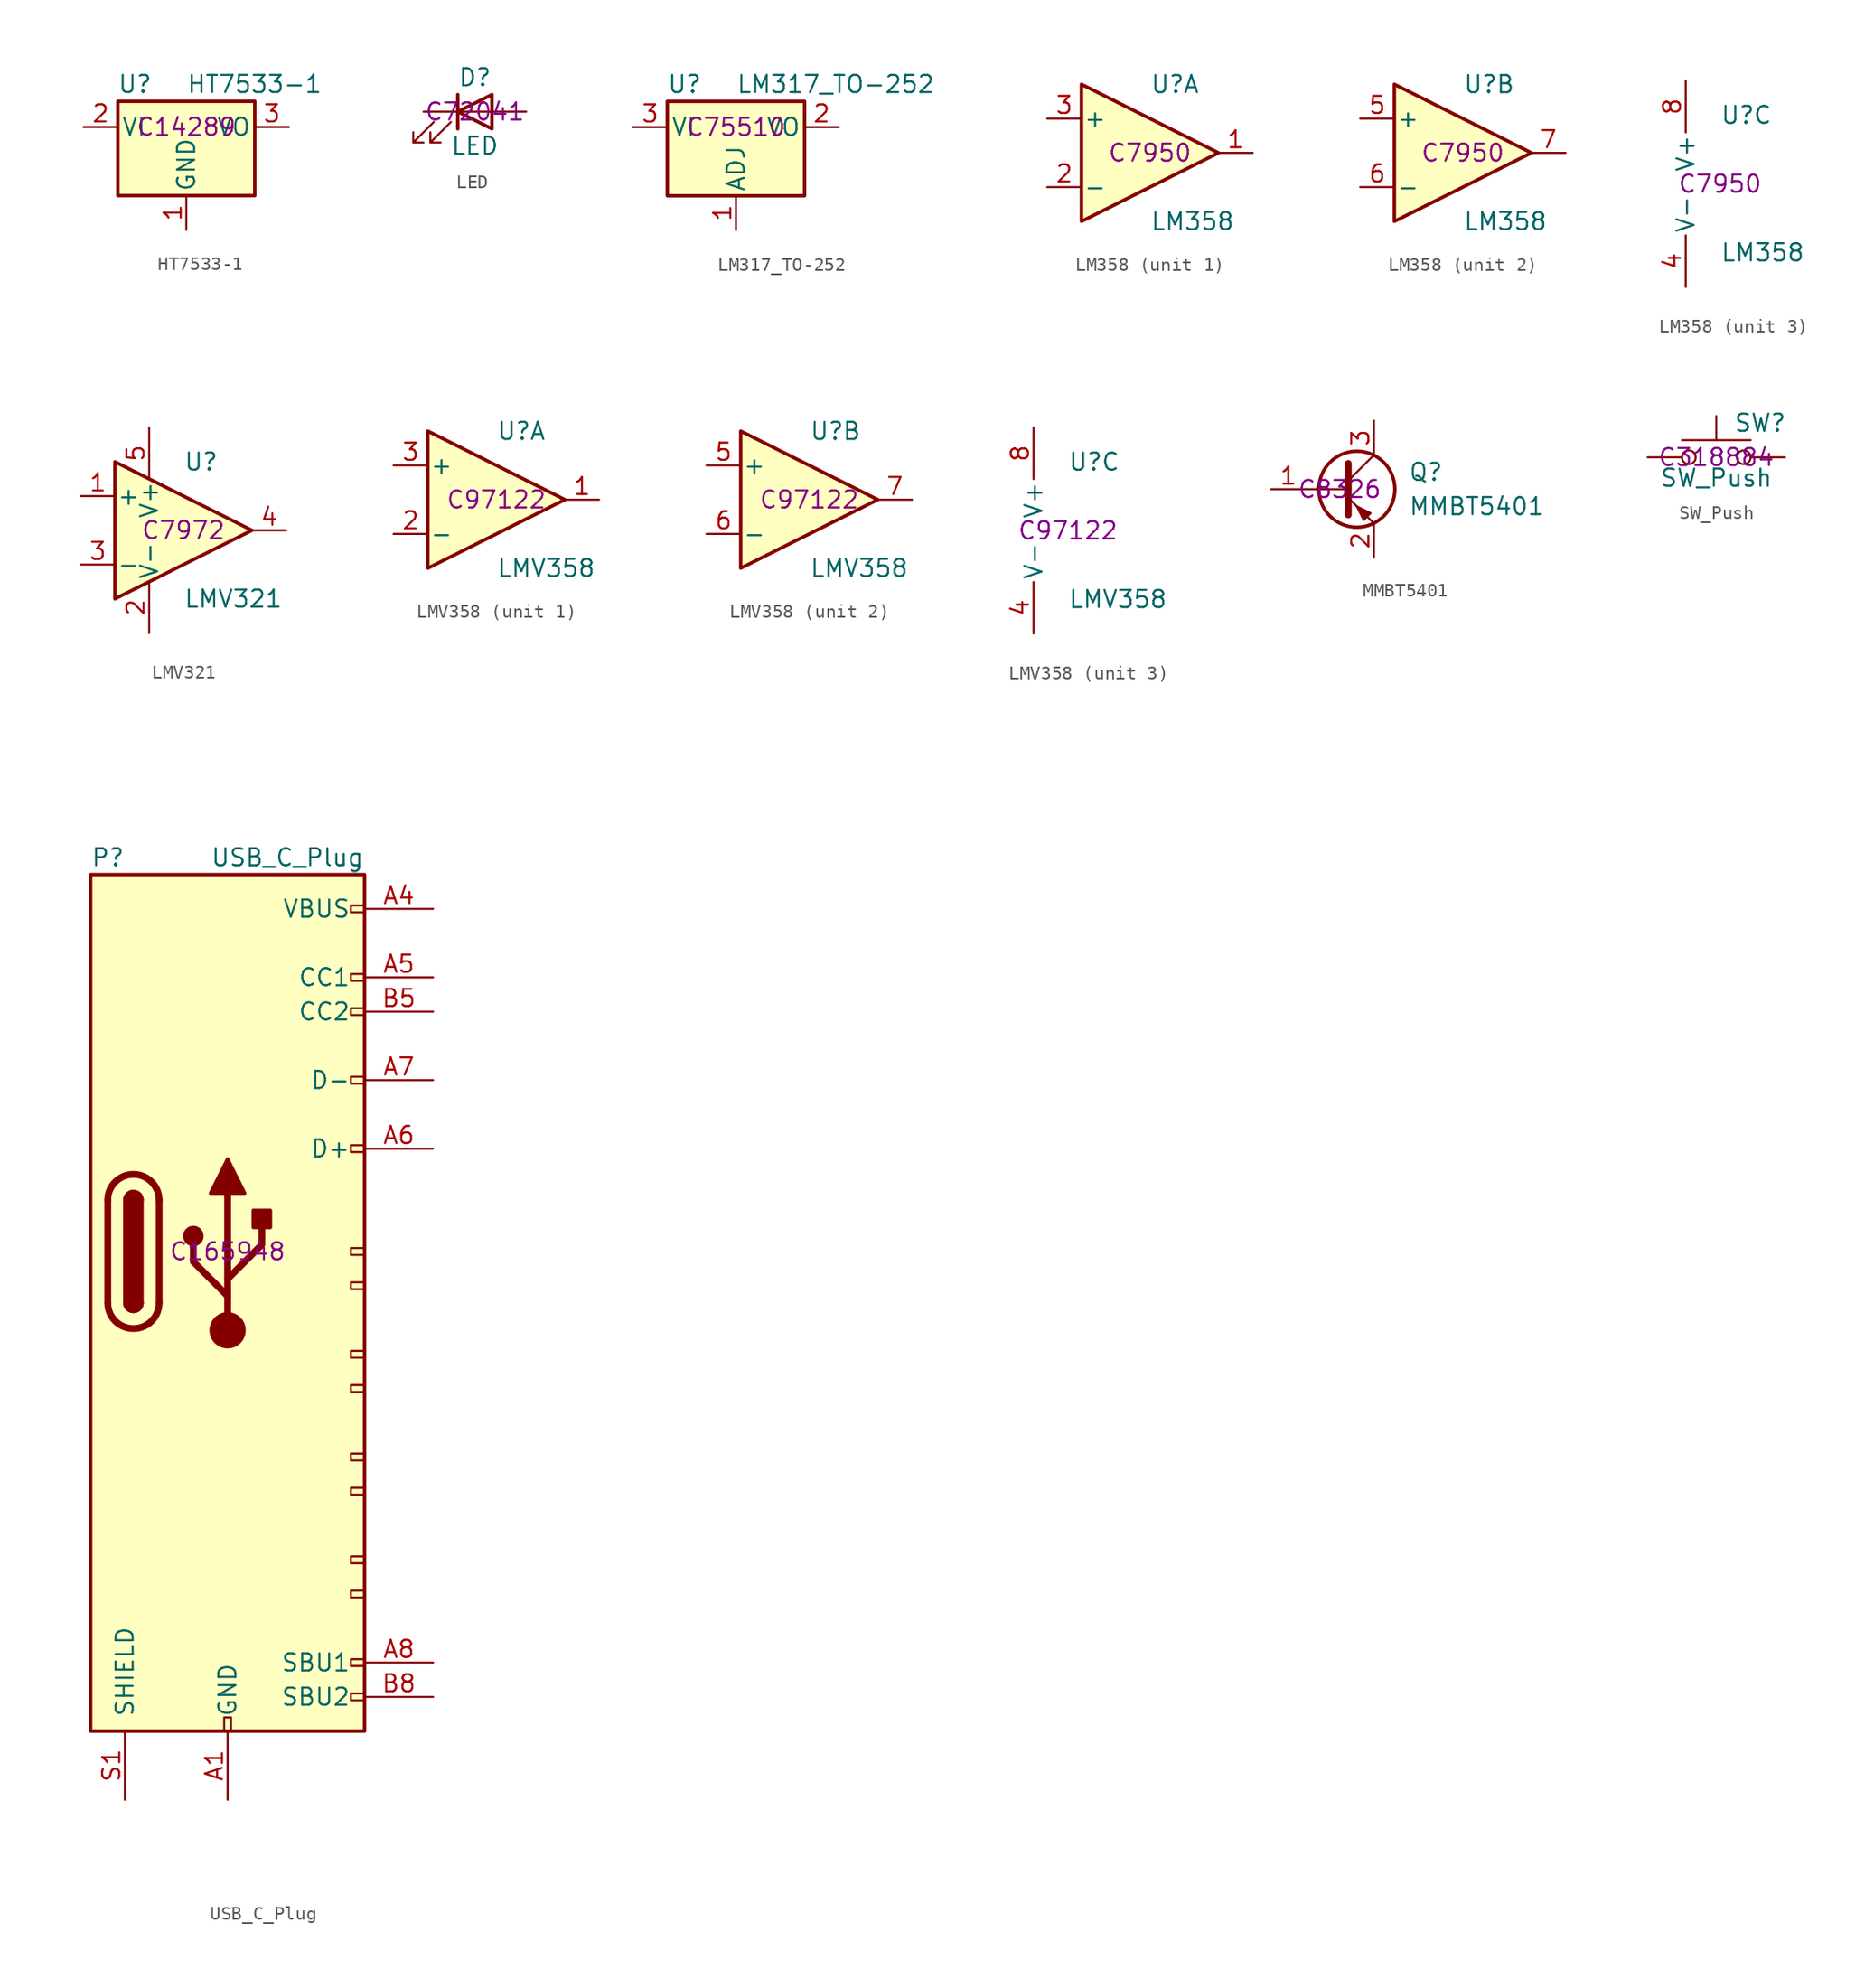
<source format=kicad_sym>
(kicad_symbol_lib
  (version 20220914)
  (generator kicad_symbol_editor)
  (symbol "HT7533-1"
    (pin_names
      (offset 0.254))
    (property "Reference" "U"
      (at -3.81 3.175 0)
      (effects (font (size 1.27 1.27))))
    (property "Value" "HT7533-1"
      (at 0 3.175 0)
      (effects (font (size 1.27 1.27)) (justify left)))
    (property "JLCPCB" "C14289"
      (at 0 0 0)
      (effects (font (size 1.27 1.27))))
    (symbol "HT7533-1_0_1"
      (rectangle (start -5.08 -5.08) (end 5.08 1.905) (stroke (width 0.254) (type default)) (fill (type background))))
    (symbol "HT7533-1_1_1"
      (pin power_in line (at 0 -7.62 90) (length 2.54) (name "GND" (effects (font (size 1.27 1.27)))) (number "1" (effects (font (size 1.27 1.27)))))
      (pin power_in line (at -7.62 0 0) (length 2.54) (name "VI" (effects (font (size 1.27 1.27)))) (number "2" (effects (font (size 1.27 1.27)))))
      (pin power_out line (at 7.62 0 180) (length 2.54) (name "VO" (effects (font (size 1.27 1.27)))) (number "3" (effects (font (size 1.27 1.27)))))))
  (symbol "LED"
    (pin_numbers hide)
    (pin_names
      (offset 1.016) hide)
    (property "Reference" "D"
      (at 0 2.54 0)
      (effects (font (size 1.27 1.27))))
    (property "Value" "LED"
      (at 0 -2.54 0)
      (effects (font (size 1.27 1.27))))
    (property "JLCPCB" "C72041"
      (at 0 0 0)
      (effects (font (size 1.27 1.27))))
    (symbol "LED_0_1"
      (polyline (pts (xy -1.27 -1.27) (xy -1.27 1.27)) (stroke (width 0.254) (type default)) (fill (type none)))
      (polyline (pts (xy -1.27 0) (xy 1.27 0)) (stroke (width 0) (type default)) (fill (type none)))
      (polyline (pts (xy 1.27 -1.27) (xy 1.27 1.27) (xy -1.27 0) (xy 1.27 -1.27)) (stroke (width 0.254) (type default)) (fill (type none)))
      (polyline (pts (xy -3.048 -0.762) (xy -4.572 -2.286) (xy -3.81 -2.286) (xy -4.572 -2.286) (xy -4.572 -1.524)) (stroke (width 0) (type default)) (fill (type none)))
      (polyline (pts (xy -1.778 -0.762) (xy -3.302 -2.286) (xy -2.54 -2.286) (xy -3.302 -2.286) (xy -3.302 -1.524)) (stroke (width 0) (type default)) (fill (type none))))
    (symbol "LED_1_1"
      (pin passive line (at 3.81 0 180) (length 2.54) (name "A" (effects (font (size 1.27 1.27)))) (number "A" (effects (font (size 1.27 1.27)))))
      (pin passive line (at -3.81 0 0) (length 2.54) (name "K" (effects (font (size 1.27 1.27)))) (number "K" (effects (font (size 1.27 1.27)))))))
  (symbol "LM317_TO-252"
    (pin_names
      (offset 0.254))
    (property "Reference" "U"
      (at -3.81 3.175 0)
      (effects (font (size 1.27 1.27))))
    (property "Value" "LM317_TO-252"
      (at 0 3.175 0)
      (effects (font (size 1.27 1.27)) (justify left)))
    (property "JLCPCB" "C75510"
      (at 0 0 0)
      (effects (font (size 1.27 1.27))))
    (symbol "LM317_TO-252_0_1"
      (rectangle (start -5.08 1.905) (end 5.08 -5.08) (stroke (width 0.254) (type default)) (fill (type background))))
    (symbol "LM317_TO-252_1_1"
      (pin input line (at 0 -7.62 90) (length 2.54) (name "ADJ" (effects (font (size 1.27 1.27)))) (number "1" (effects (font (size 1.27 1.27)))))
      (pin power_out line (at 7.62 0 180) (length 2.54) (name "VO" (effects (font (size 1.27 1.27)))) (number "2" (effects (font (size 1.27 1.27)))))
      (pin power_in line (at -7.62 0 0) (length 2.54) (name "VI" (effects (font (size 1.27 1.27)))) (number "3" (effects (font (size 1.27 1.27)))))))
  (symbol "LM358"
    (pin_names
      (offset 0.127))
    (property "Reference" "U"
      (at 0 5.08 0)
      (effects (font (size 1.27 1.27)) (justify left)))
    (property "Value" "LM358"
      (at 0 -5.08 0)
      (effects (font (size 1.27 1.27)) (justify left)))
    (property "JLCPCB" "C7950"
      (at 0 0 0)
      (effects (font (size 1.27 1.27))))
    (property "ki_locked" ""
      (at 0 0 0)
      (effects (font (size 1.27 1.27))))
    (symbol "LM358_1_1"
      (polyline (pts (xy -5.08 5.08) (xy 5.08 0) (xy -5.08 -5.08) (xy -5.08 5.08)) (stroke (width 0.254) (type default)) (fill (type background)))
      (pin output line (at 7.62 0 180) (length 2.54) (name "~" (effects (font (size 1.27 1.27)))) (number "1" (effects (font (size 1.27 1.27)))))
      (pin input line (at -7.62 -2.54 0) (length 2.54) (name "-" (effects (font (size 1.27 1.27)))) (number "2" (effects (font (size 1.27 1.27)))))
      (pin input line (at -7.62 2.54 0) (length 2.54) (name "+" (effects (font (size 1.27 1.27)))) (number "3" (effects (font (size 1.27 1.27))))))
    (symbol "LM358_2_1"
      (polyline (pts (xy -5.08 5.08) (xy 5.08 0) (xy -5.08 -5.08) (xy -5.08 5.08)) (stroke (width 0.254) (type default)) (fill (type background)))
      (pin input line (at -7.62 2.54 0) (length 2.54) (name "+" (effects (font (size 1.27 1.27)))) (number "5" (effects (font (size 1.27 1.27)))))
      (pin input line (at -7.62 -2.54 0) (length 2.54) (name "-" (effects (font (size 1.27 1.27)))) (number "6" (effects (font (size 1.27 1.27)))))
      (pin output line (at 7.62 0 180) (length 2.54) (name "~" (effects (font (size 1.27 1.27)))) (number "7" (effects (font (size 1.27 1.27))))))
    (symbol "LM358_3_1"
      (pin power_in line (at -2.54 -7.62 90) (length 3.81) (name "V-" (effects (font (size 1.27 1.27)))) (number "4" (effects (font (size 1.27 1.27)))))
      (pin power_in line (at -2.54 7.62 270) (length 3.81) (name "V+" (effects (font (size 1.27 1.27)))) (number "8" (effects (font (size 1.27 1.27)))))))
  (symbol "LMV321"
    (pin_names
      (offset 0.127))
    (property "Reference" "U"
      (at 0 5.08 0)
      (effects (font (size 1.27 1.27)) (justify left)))
    (property "Value" "LMV321"
      (at 0 -5.08 0)
      (effects (font (size 1.27 1.27)) (justify left)))
    (property "JLCPCB" "C7972"
      (at 0 0 0)
      (effects (font (size 1.27 1.27))))
    (symbol "LMV321_0_1"
      (polyline (pts (xy -5.08 5.08) (xy 5.08 0) (xy -5.08 -5.08) (xy -5.08 5.08)) (stroke (width 0.254) (type default)) (fill (type background)))
      (pin power_in line (at -2.54 -7.62 90) (length 3.81) (name "V-" (effects (font (size 1.27 1.27)))) (number "2" (effects (font (size 1.27 1.27)))))
      (pin power_in line (at -2.54 7.62 270) (length 3.81) (name "V+" (effects (font (size 1.27 1.27)))) (number "5" (effects (font (size 1.27 1.27))))))
    (symbol "LMV321_1_1"
      (pin input line (at -7.62 2.54 0) (length 2.54) (name "+" (effects (font (size 1.27 1.27)))) (number "1" (effects (font (size 1.27 1.27)))))
      (pin input line (at -7.62 -2.54 0) (length 2.54) (name "-" (effects (font (size 1.27 1.27)))) (number "3" (effects (font (size 1.27 1.27)))))
      (pin output line (at 7.62 0 180) (length 2.54) (name "~" (effects (font (size 1.27 1.27)))) (number "4" (effects (font (size 1.27 1.27)))))))
  (symbol "LMV358"
    (pin_names
      (offset 0.127))
    (property "Reference" "U"
      (at 0 5.08 0)
      (effects (font (size 1.27 1.27)) (justify left)))
    (property "Value" "LMV358"
      (at 0 -5.08 0)
      (effects (font (size 1.27 1.27)) (justify left)))
    (property "JLCPCB" "C97122"
      (at 0 0 0)
      (effects (font (size 1.27 1.27))))
    (property "ki_locked" ""
      (at 0 0 0)
      (effects (font (size 1.27 1.27))))
    (symbol "LMV358_1_1"
      (polyline (pts (xy -5.08 5.08) (xy 5.08 0) (xy -5.08 -5.08) (xy -5.08 5.08)) (stroke (width 0.254) (type default)) (fill (type background)))
      (pin output line (at 7.62 0 180) (length 2.54) (name "~" (effects (font (size 1.27 1.27)))) (number "1" (effects (font (size 1.27 1.27)))))
      (pin input line (at -7.62 -2.54 0) (length 2.54) (name "-" (effects (font (size 1.27 1.27)))) (number "2" (effects (font (size 1.27 1.27)))))
      (pin input line (at -7.62 2.54 0) (length 2.54) (name "+" (effects (font (size 1.27 1.27)))) (number "3" (effects (font (size 1.27 1.27))))))
    (symbol "LMV358_2_1"
      (polyline (pts (xy -5.08 5.08) (xy 5.08 0) (xy -5.08 -5.08) (xy -5.08 5.08)) (stroke (width 0.254) (type default)) (fill (type background)))
      (pin input line (at -7.62 2.54 0) (length 2.54) (name "+" (effects (font (size 1.27 1.27)))) (number "5" (effects (font (size 1.27 1.27)))))
      (pin input line (at -7.62 -2.54 0) (length 2.54) (name "-" (effects (font (size 1.27 1.27)))) (number "6" (effects (font (size 1.27 1.27)))))
      (pin output line (at 7.62 0 180) (length 2.54) (name "~" (effects (font (size 1.27 1.27)))) (number "7" (effects (font (size 1.27 1.27))))))
    (symbol "LMV358_3_1"
      (pin power_in line (at -2.54 -7.62 90) (length 3.81) (name "V-" (effects (font (size 1.27 1.27)))) (number "4" (effects (font (size 1.27 1.27)))))
      (pin power_in line (at -2.54 7.62 270) (length 3.81) (name "V+" (effects (font (size 1.27 1.27)))) (number "8" (effects (font (size 1.27 1.27)))))))
  (symbol "MMBT5401"
    (pin_names
      (offset 0) hide)
    (property "Reference" "Q"
      (at 5.08 1.27 0)
      (effects (font (size 1.27 1.27)) (justify left)))
    (property "Value" "MMBT5401"
      (at 5.08 -1.27 0)
      (effects (font (size 1.27 1.27)) (justify left)))
    (property "JLCPCB" "C8326"
      (at 0 0 0)
      (effects (font (size 1.27 1.27))))
    (symbol "MMBT5401_0_1"
      (polyline (pts (xy 0.635 0) (xy -2.54 0)) (stroke (width 0) (type default)) (fill (type none)))
      (polyline (pts (xy 0.635 0.635) (xy 2.54 2.54)) (stroke (width 0) (type default)) (fill (type none)))
      (polyline (pts (xy 0.635 -0.635) (xy 2.54 -2.54) (xy 2.54 -2.54)) (stroke (width 0) (type default)) (fill (type none)))
      (polyline (pts (xy 0.635 1.905) (xy 0.635 -1.905) (xy 0.635 -1.905)) (stroke (width 0.508) (type default)) (fill (type none)))
      (polyline (pts (xy 2.286 -1.778) (xy 1.778 -2.286) (xy 1.27 -1.27) (xy 2.286 -1.778) (xy 2.286 -1.778)) (stroke (width 0) (type default)) (fill (type outline)))
      (circle (center 1.27 0) (radius 2.819) (stroke (width 0.254) (type default)) (fill (type none))))
    (symbol "MMBT5401_1_1"
      (pin input line (at -5.08 0 0) (length 2.54) (name "B1" (effects (font (size 1.27 1.27)))) (number "1" (effects (font (size 1.27 1.27)))))
      (pin passive line (at 2.54 -5.08 90) (length 2.54) (name "E1" (effects (font (size 1.27 1.27)))) (number "2" (effects (font (size 1.27 1.27)))))
      (pin passive line (at 2.54 5.08 270) (length 2.54) (name "C1" (effects (font (size 1.27 1.27)))) (number "3" (effects (font (size 1.27 1.27)))))))
  (symbol "SW_Push"
    (pin_numbers hide)
    (pin_names
      (offset 1.016) hide)
    (property "Reference" "SW"
      (at 1.27 2.54 0)
      (effects (font (size 1.27 1.27)) (justify left)))
    (property "Value" "SW_Push"
      (at 0 -1.524 0)
      (effects (font (size 1.27 1.27))))
    (property "JLCPCB" "C318884"
      (at 0 0 0)
      (effects (font (size 1.27 1.27))))
    (symbol "SW_Push_0_1"
      (circle (center -2.032 0) (radius 0.508) (stroke (width 0) (type default)) (fill (type none)))
      (polyline (pts (xy 0 1.27) (xy 0 3.048)) (stroke (width 0) (type default)) (fill (type none)))
      (polyline (pts (xy 2.54 1.27) (xy -2.54 1.27)) (stroke (width 0) (type default)) (fill (type none)))
      (circle (center 2.032 0) (radius 0.508) (stroke (width 0) (type default)) (fill (type none)))
      (pin passive line (at -5.08 0 0) (length 2.54) (name "1" (effects (font (size 1.27 1.27)))) (number "1" (effects (font (size 1.27 1.27)))))
      (pin passive line (at 5.08 0 180) (length 2.54) (name "2" (effects (font (size 1.27 1.27)))) (number "2" (effects (font (size 1.27 1.27)))))))
  (symbol "USB_C_Plug"
    (pin_names
      (offset 1.016))
    (property "Reference" "P"
      (at -10.16 29.21 0)
      (effects (font (size 1.27 1.27)) (justify left)))
    (property "Value" "USB_C_Plug"
      (at 10.16 29.21 0)
      (effects (font (size 1.27 1.27)) (justify right)))
    (property "JLCPCB" "C165948"
      (at 0 0 0)
      (effects (font (size 1.27 1.27))))
    (symbol "USB_C_Plug_0_0"
      (rectangle (start -0.254 -35.56) (end 0.254 -34.544) (stroke (width 0) (type default)) (fill (type none)))
      (rectangle (start 10.16 -32.766) (end 9.144 -33.274) (stroke (width 0) (type default)) (fill (type none)))
      (rectangle (start 10.16 -30.226) (end 9.144 -30.734) (stroke (width 0) (type default)) (fill (type none)))
      (rectangle (start 10.16 -25.146) (end 9.144 -25.654) (stroke (width 0) (type default)) (fill (type none)))
      (rectangle (start 10.16 -22.606) (end 9.144 -23.114) (stroke (width 0) (type default)) (fill (type none)))
      (rectangle (start 10.16 -17.526) (end 9.144 -18.034) (stroke (width 0) (type default)) (fill (type none)))
      (rectangle (start 10.16 -14.986) (end 9.144 -15.494) (stroke (width 0) (type default)) (fill (type none)))
      (rectangle (start 10.16 -9.906) (end 9.144 -10.414) (stroke (width 0) (type default)) (fill (type none)))
      (rectangle (start 10.16 -7.366) (end 9.144 -7.874) (stroke (width 0) (type default)) (fill (type none)))
      (rectangle (start 10.16 -2.286) (end 9.144 -2.794) (stroke (width 0) (type default)) (fill (type none)))
      (rectangle (start 10.16 0.254) (end 9.144 -0.254) (stroke (width 0) (type default)) (fill (type none)))
      (rectangle (start 10.16 7.874) (end 9.144 7.366) (stroke (width 0) (type default)) (fill (type none)))
      (rectangle (start 10.16 12.954) (end 9.144 12.446) (stroke (width 0) (type default)) (fill (type none)))
      (rectangle (start 10.16 18.034) (end 9.144 17.526) (stroke (width 0) (type default)) (fill (type none)))
      (rectangle (start 10.16 20.574) (end 9.144 20.066) (stroke (width 0) (type default)) (fill (type none)))
      (rectangle (start 10.16 25.654) (end 9.144 25.146) (stroke (width 0) (type default)) (fill (type none))))
    (symbol "USB_C_Plug_0_1"
      (rectangle (start -10.16 27.94) (end 10.16 -35.56) (stroke (width 0.254) (type default)) (fill (type background)))
      (arc (start -8.89 -3.81) (mid -6.985 -5.7067) (end -5.08 -3.81) (stroke (width 0.508) (type default)) (fill (type none)))
      (arc (start -7.62 -3.81) (mid -6.985 -4.4423) (end -6.35 -3.81) (stroke (width 0.254) (type default)) (fill (type none)))
      (arc (start -7.62 -3.81) (mid -6.985 -4.4423) (end -6.35 -3.81) (stroke (width 0.254) (type default)) (fill (type outline)))
      (rectangle (start -7.62 -3.81) (end -6.35 3.81) (stroke (width 0.254) (type default)) (fill (type outline)))
      (arc (start -6.35 3.81) (mid -6.985 4.4423) (end -7.62 3.81) (stroke (width 0.254) (type default)) (fill (type none)))
      (arc (start -6.35 3.81) (mid -6.985 4.4423) (end -7.62 3.81) (stroke (width 0.254) (type default)) (fill (type outline)))
      (arc (start -5.08 3.81) (mid -6.985 5.7067) (end -8.89 3.81) (stroke (width 0.508) (type default)) (fill (type none)))
      (polyline (pts (xy -8.89 -3.81) (xy -8.89 3.81)) (stroke (width 0.508) (type default)) (fill (type none)))
      (polyline (pts (xy -5.08 3.81) (xy -5.08 -3.81)) (stroke (width 0.508) (type default)) (fill (type none))))
    (symbol "USB_C_Plug_1_1"
      (circle (center -2.54 1.143) (radius 0.635) (stroke (width 0.254) (type default)) (fill (type outline)))
      (circle (center 0 -5.842) (radius 1.27) (stroke (width 0) (type default)) (fill (type outline)))
      (polyline (pts (xy 0 -5.842) (xy 0 4.318)) (stroke (width 0.508) (type default)) (fill (type none)))
      (polyline (pts (xy 0 -3.302) (xy -2.54 -0.762) (xy -2.54 0.508)) (stroke (width 0.508) (type default)) (fill (type none)))
      (polyline (pts (xy 0 -2.032) (xy 2.54 0.508) (xy 2.54 1.778)) (stroke (width 0.508) (type default)) (fill (type none)))
      (polyline (pts (xy -1.27 4.318) (xy 0 6.858) (xy 1.27 4.318) (xy -1.27 4.318)) (stroke (width 0.254) (type default)) (fill (type outline)))
      (rectangle (start 1.905 1.778) (end 3.175 3.048) (stroke (width 0.254) (type default)) (fill (type outline)))
      (pin passive line (at 0 -40.64 90) (length 5.08) (name "GND" (effects (font (size 1.27 1.27)))) (number "A1" (effects (font (size 1.27 1.27)))))
      (pin passive line (at 0 -40.64 90) (length 5.08) hide (name "GND" (effects (font (size 1.27 1.27)))) (number "A12" (effects (font (size 1.27 1.27)))))
      (pin passive line (at 15.24 25.4 180) (length 5.08) (name "VBUS" (effects (font (size 1.27 1.27)))) (number "A4" (effects (font (size 1.27 1.27)))))
      (pin bidirectional line (at 15.24 20.32 180) (length 5.08) (name "CC1" (effects (font (size 1.27 1.27)))) (number "A5" (effects (font (size 1.27 1.27)))))
      (pin bidirectional line (at 15.24 7.62 180) (length 5.08) (name "D+" (effects (font (size 1.27 1.27)))) (number "A6" (effects (font (size 1.27 1.27)))))
      (pin bidirectional line (at 15.24 12.7 180) (length 5.08) (name "D-" (effects (font (size 1.27 1.27)))) (number "A7" (effects (font (size 1.27 1.27)))))
      (pin bidirectional line (at 15.24 -30.48 180) (length 5.08) (name "SBU1" (effects (font (size 1.27 1.27)))) (number "A8" (effects (font (size 1.27 1.27)))))
      (pin passive line (at 15.24 25.4 180) (length 5.08) hide (name "VBUS" (effects (font (size 1.27 1.27)))) (number "A9" (effects (font (size 1.27 1.27)))))
      (pin passive line (at 0 -40.64 90) (length 5.08) hide (name "GND" (effects (font (size 1.27 1.27)))) (number "B1" (effects (font (size 1.27 1.27)))))
      (pin passive line (at 0 -40.64 90) (length 5.08) hide (name "GND" (effects (font (size 1.27 1.27)))) (number "B12" (effects (font (size 1.27 1.27)))))
      (pin passive line (at 15.24 25.4 180) (length 5.08) hide (name "VBUS" (effects (font (size 1.27 1.27)))) (number "B4" (effects (font (size 1.27 1.27)))))
      (pin bidirectional line (at 15.24 17.78 180) (length 5.08) (name "CC2" (effects (font (size 1.27 1.27)))) (number "B5" (effects (font (size 1.27 1.27)))))
      (pin bidirectional line (at 15.24 7.62 180) (length 5.08) hide (name "D+" (effects (font (size 1.27 1.27)))) (number "B6" (effects (font (size 1.27 1.27)))))
      (pin bidirectional line (at 15.24 12.7 180) (length 5.08) hide (name "D-" (effects (font (size 1.27 1.27)))) (number "B7" (effects (font (size 1.27 1.27)))))
      (pin bidirectional line (at 15.24 -33.02 180) (length 5.08) (name "SBU2" (effects (font (size 1.27 1.27)))) (number "B8" (effects (font (size 1.27 1.27)))))
      (pin passive line (at 15.24 25.4 180) (length 5.08) hide (name "VBUS" (effects (font (size 1.27 1.27)))) (number "B9" (effects (font (size 1.27 1.27)))))
      (pin passive line (at -7.62 -40.64 90) (length 5.08) (name "SHIELD" (effects (font (size 1.27 1.27)))) (number "S1" (effects (font (size 1.27 1.27))))))))
</source>
